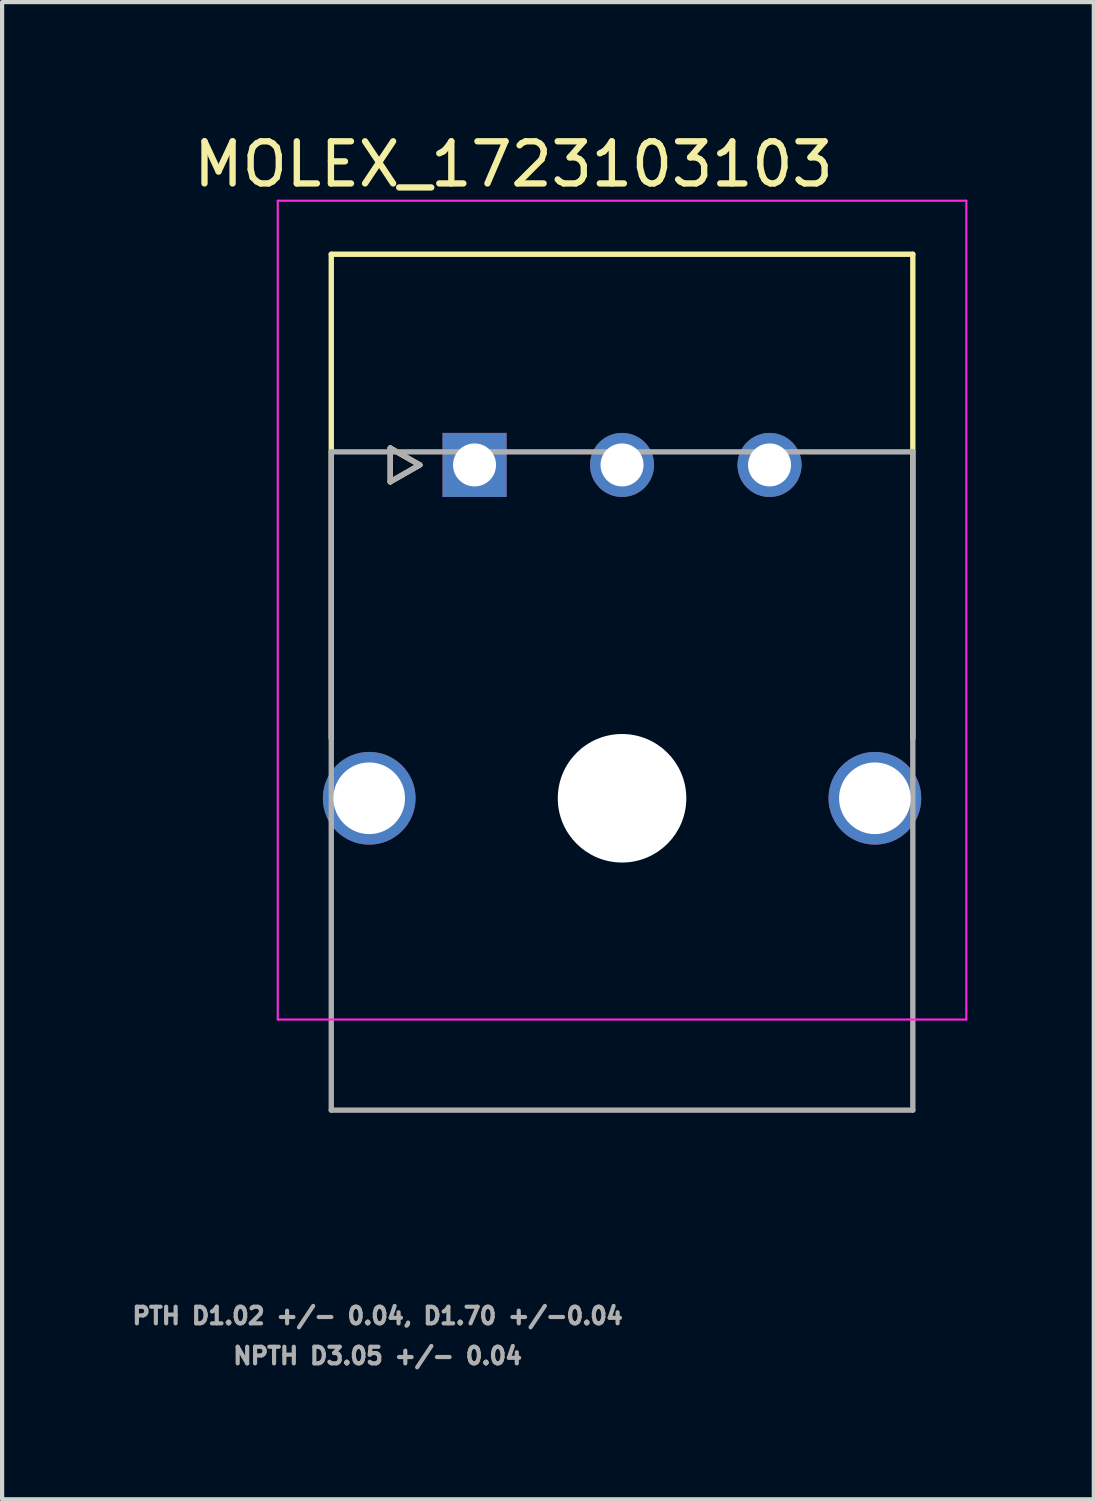
<source format=kicad_pcb>
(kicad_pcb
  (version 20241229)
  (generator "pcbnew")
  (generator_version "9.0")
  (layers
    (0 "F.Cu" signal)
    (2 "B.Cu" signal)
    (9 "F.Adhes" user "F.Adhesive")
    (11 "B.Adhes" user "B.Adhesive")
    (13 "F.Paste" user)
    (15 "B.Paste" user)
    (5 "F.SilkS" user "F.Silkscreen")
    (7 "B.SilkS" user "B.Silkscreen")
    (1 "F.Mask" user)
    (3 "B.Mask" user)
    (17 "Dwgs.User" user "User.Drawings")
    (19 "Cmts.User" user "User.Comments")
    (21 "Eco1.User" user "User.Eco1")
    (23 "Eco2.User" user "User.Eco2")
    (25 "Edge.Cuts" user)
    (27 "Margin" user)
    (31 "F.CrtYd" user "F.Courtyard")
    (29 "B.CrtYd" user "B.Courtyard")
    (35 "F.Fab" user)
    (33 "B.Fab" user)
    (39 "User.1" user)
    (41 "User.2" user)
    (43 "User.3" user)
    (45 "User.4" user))
  (footprint "MOLEX_1723103103"
    (layer "F.Cu")
    (at 8.211 7.983)
    (property "Reference" "MOLEX_1723103103" (at 0.925 -7.135 0) (layer "F.SilkS") (effects (font (size 1 1) (thickness 0.15))))
    (attr through_hole)
    (fp_circle (center -2.5 7.91) (end -1.912 7.91) (stroke (width 1.176) (type solid)) (fill no) (layer "F.Mask"))
    (fp_circle (center 3.5 0) (end 3.918 0) (stroke (width 0.836) (type solid)) (fill no) (layer "F.Mask"))
    (fp_circle (center 3.5 7.91) (end 4.301 7.91) (stroke (width 1.601) (type solid)) (fill no) (layer "F.Mask"))
    (fp_circle (center 7 0) (end 7.418 0) (stroke (width 0.836) (type solid)) (fill no) (layer "F.Mask"))
    (fp_circle (center 9.5 7.91) (end 10.088 7.91) (stroke (width 1.176) (type solid)) (fill no) (layer "F.Mask"))
    (fp_poly (pts (xy -0.836 -0.836) (xy 0.836 -0.836) (xy 0.836 0.836) (xy -0.836 0.836)) (stroke (width 0.01) (type solid)) (fill yes) (layer "F.Mask"))
    (fp_circle (center -2.5 7.91) (end -1.912 7.91) (stroke (width 1.176) (type solid)) (fill no) (layer "B.Mask"))
    (fp_circle (center 3.5 0) (end 3.918 0) (stroke (width 0.836) (type solid)) (fill no) (layer "B.Mask"))
    (fp_circle (center 3.5 7.91) (end 4.301 7.91) (stroke (width 1.601) (type solid)) (fill no) (layer "B.Mask"))
    (fp_circle (center 7 0) (end 7.418 0) (stroke (width 0.836) (type solid)) (fill no) (layer "B.Mask"))
    (fp_circle (center 9.5 7.91) (end 10.088 7.91) (stroke (width 1.176) (type solid)) (fill no) (layer "B.Mask"))
    (fp_poly (pts (xy -0.836 -0.836) (xy 0.836 -0.836) (xy 0.836 0.836) (xy -0.836 0.836)) (stroke (width 0.01) (type solid)) (fill yes) (layer "B.Mask"))
    (fp_line (start -3.4 -5) (end 10.4 -5) (stroke (width 0.127) (type solid)) (layer "F.SilkS"))
    (fp_line (start -3.4 6.49) (end -3.4 -5) (stroke (width 0.127) (type solid)) (layer "F.SilkS"))
    (fp_line (start -2 -0.4) (end -2 0.4) (stroke (width 0.127) (type solid)) (layer "F.SilkS"))
    (fp_line (start -2 0.4) (end -1.3 0) (stroke (width 0.127) (type solid)) (layer "F.SilkS"))
    (fp_line (start -1.3 0) (end -2 -0.4) (stroke (width 0.127) (type solid)) (layer "F.SilkS"))
    (fp_line (start 10.4 -5) (end 10.4 6.49) (stroke (width 0.127) (type solid)) (layer "F.SilkS"))
    (fp_line (start -4.67 -6.27) (end 11.67 -6.27) (stroke (width 0.05) (type solid)) (layer "F.CrtYd"))
    (fp_line (start -4.67 13.16) (end -4.67 -6.27) (stroke (width 0.05) (type solid)) (layer "F.CrtYd"))
    (fp_line (start -4.67 13.16) (end 11.67 13.16) (stroke (width 0.05) (type solid)) (layer "F.CrtYd"))
    (fp_line (start 11.67 -6.27) (end 11.67 13.16) (stroke (width 0.05) (type solid)) (layer "F.CrtYd"))
    (fp_line (start -3.4 -0.31) (end 10.4 -0.31) (stroke (width 0.127) (type solid)) (layer "F.Fab"))
    (fp_line (start -3.4 15.31) (end -3.4 -0.31) (stroke (width 0.127) (type solid)) (layer "F.Fab"))
    (fp_line (start -2 -0.4) (end -2 0.4) (stroke (width 0.127) (type solid)) (layer "F.Fab"))
    (fp_line (start -2 0.4) (end -1.3 0) (stroke (width 0.127) (type solid)) (layer "F.Fab"))
    (fp_line (start -1.3 0) (end -2 -0.4) (stroke (width 0.127) (type solid)) (layer "F.Fab"))
    (fp_line (start 10.4 -0.31) (end 10.4 15.31) (stroke (width 0.127) (type solid)) (layer "F.Fab"))
    (fp_line (start 10.4 15.31) (end -3.4 15.31) (stroke (width 0.127) (type solid)) (layer "F.Fab"))
    (fp_text user "NPTH D3.05 +/- 0.04" (at -2.3 21.142 0) (layer "F.Fab") (effects (font (size 0.394 0.394) (thickness 0.15))))
    (fp_text user "PTH D1.02 +/- 0.04, D1.70 +/-0.04" (at -2.3 20.192 0) (layer "F.Fab") (effects (font (size 0.394 0.394) (thickness 0.15))))
    (pad "" np_thru_hole circle (at 3.5 7.91) (size 3.05 3.05) (drill 3.05) (layers "*.Cu" "*.Mask"))
    (pad "1" thru_hole rect (at 0 0) (size 1.52 1.52) (drill 1.02) (layers "*.Cu"))
    (pad "2" thru_hole circle (at 3.5 0) (size 1.52 1.52) (drill 1.02) (layers "*.Cu"))
    (pad "3" thru_hole circle (at 7 0) (size 1.52 1.52) (drill 1.02) (layers "*.Cu"))
    (pad "S1" thru_hole circle (at -2.5 7.91) (size 2.2 2.2) (drill 1.7) (layers "*.Cu"))
    (pad "S2" thru_hole circle (at 9.5 7.91) (size 2.2 2.2) (drill 1.7) (layers "*.Cu")))
  (gr_rect
    (start -3 -3)
    (end 22.906 32.529)
    (stroke (width 0.1) (type default))
    (fill no)
    (layer "Edge.Cuts")))
</source>
